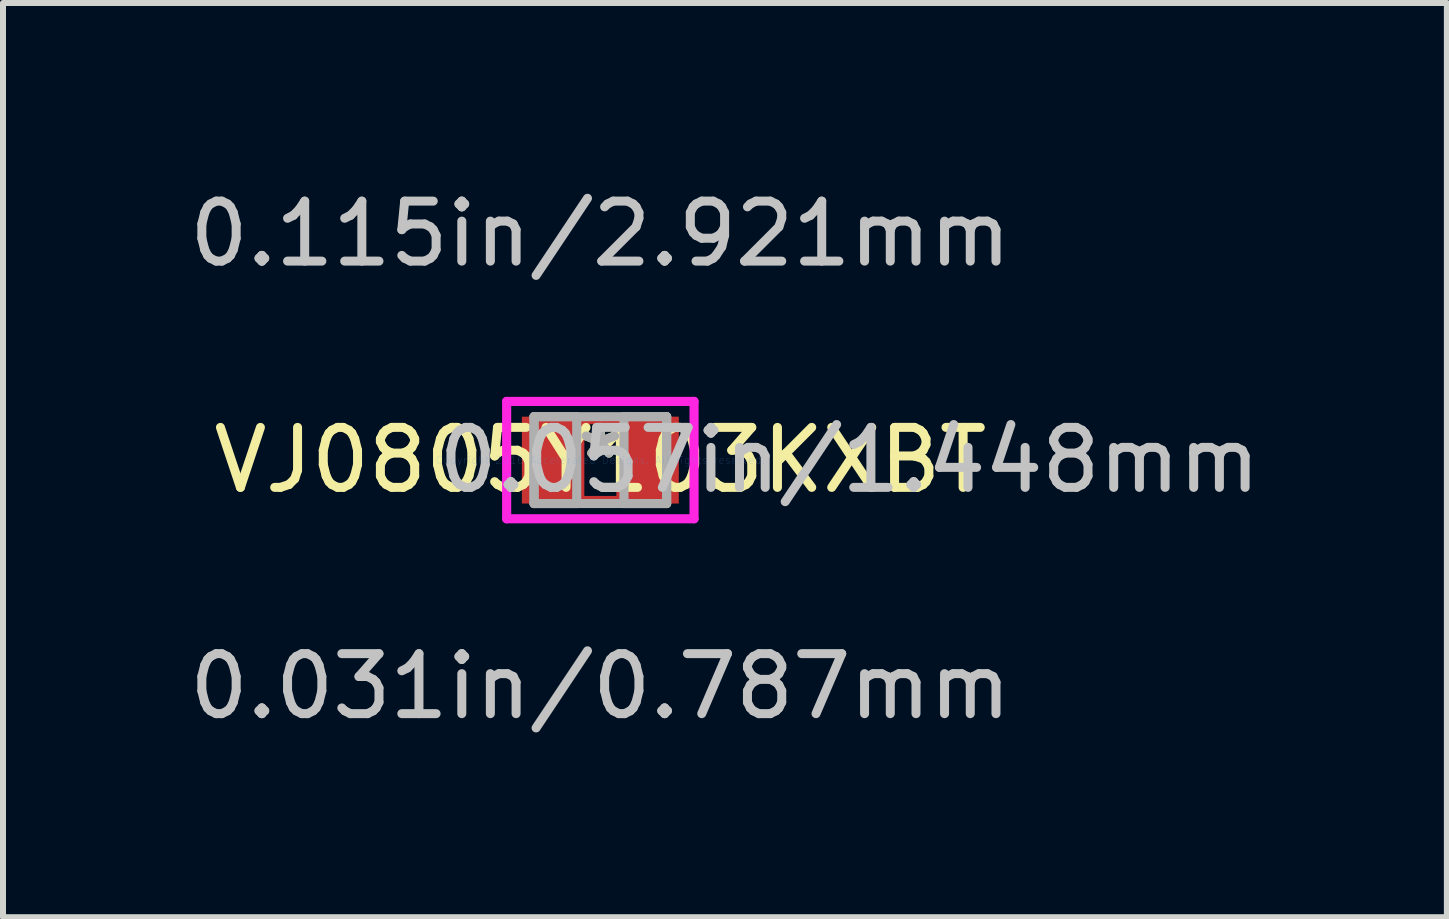
<source format=kicad_pcb>
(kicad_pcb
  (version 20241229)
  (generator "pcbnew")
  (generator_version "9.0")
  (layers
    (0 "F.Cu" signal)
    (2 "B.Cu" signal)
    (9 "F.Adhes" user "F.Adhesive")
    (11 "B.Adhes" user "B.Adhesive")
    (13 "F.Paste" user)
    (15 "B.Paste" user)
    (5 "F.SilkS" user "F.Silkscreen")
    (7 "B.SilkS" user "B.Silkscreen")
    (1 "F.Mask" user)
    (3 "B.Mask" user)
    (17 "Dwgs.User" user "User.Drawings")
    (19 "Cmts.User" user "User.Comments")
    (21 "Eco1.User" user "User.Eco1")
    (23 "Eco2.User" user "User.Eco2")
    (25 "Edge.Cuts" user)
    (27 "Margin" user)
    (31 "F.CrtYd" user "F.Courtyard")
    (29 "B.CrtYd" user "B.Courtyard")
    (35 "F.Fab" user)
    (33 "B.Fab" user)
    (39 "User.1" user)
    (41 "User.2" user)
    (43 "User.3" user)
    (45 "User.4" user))
  (footprint "VJ0805Y103KXBT"
    (layer "F.Cu")
    (at 6.958 4.62)
    (property "Reference" "VJ0805Y103KXBT" (at 0 0 0) (layer "F.SilkS") (effects (font (size 1 1) (thickness 0.15))))
    (attr through_hole)
    (fp_line (start -0.343 -0.673) (end 0.343 -0.673) (stroke (width 0.152) (type solid)) (layer "F.Cu"))
    (fp_line (start -0.343 0.673) (end -0.343 -0.673) (stroke (width 0.152) (type solid)) (layer "F.Cu"))
    (fp_line (start 0.343 -0.673) (end 0.343 0.673) (stroke (width 0.152) (type solid)) (layer "F.Cu"))
    (fp_line (start 0.343 0.673) (end -0.343 0.673) (stroke (width 0.152) (type solid)) (layer "F.Cu"))
    (fp_line (start -1.562 -0.978) (end 1.562 -0.978) (stroke (width 0.152) (type solid)) (layer "F.CrtYd"))
    (fp_line (start -1.562 0.978) (end -1.562 -0.978) (stroke (width 0.152) (type solid)) (layer "F.CrtYd"))
    (fp_line (start 1.562 -0.978) (end 1.562 0.978) (stroke (width 0.152) (type solid)) (layer "F.CrtYd"))
    (fp_line (start 1.562 0.978) (end -1.562 0.978) (stroke (width 0.152) (type solid)) (layer "F.CrtYd"))
    (fp_line (start -1.105 -0.724) (end -1.105 0.724) (stroke (width 0.152) (type solid)) (layer "F.Fab"))
    (fp_line (start -1.105 -0.724) (end -1.105 0.724) (stroke (width 0.152) (type solid)) (layer "F.Fab"))
    (fp_line (start -1.105 0.724) (end -0.394 0.724) (stroke (width 0.152) (type solid)) (layer "F.Fab"))
    (fp_line (start -1.105 0.724) (end 1.105 0.724) (stroke (width 0.152) (type solid)) (layer "F.Fab"))
    (fp_line (start -0.394 -0.724) (end -1.105 -0.724) (stroke (width 0.152) (type solid)) (layer "F.Fab"))
    (fp_line (start -0.394 0.724) (end -0.394 -0.724) (stroke (width 0.152) (type solid)) (layer "F.Fab"))
    (fp_line (start 0.394 -0.724) (end 0.394 0.724) (stroke (width 0.152) (type solid)) (layer "F.Fab"))
    (fp_line (start 0.394 0.724) (end 1.105 0.724) (stroke (width 0.152) (type solid)) (layer "F.Fab"))
    (fp_line (start 1.105 -0.724) (end -1.105 -0.724) (stroke (width 0.152) (type solid)) (layer "F.Fab"))
    (fp_line (start 1.105 -0.724) (end 0.394 -0.724) (stroke (width 0.152) (type solid)) (layer "F.Fab"))
    (fp_line (start 1.105 0.724) (end 1.105 -0.724) (stroke (width 0.152) (type solid)) (layer "F.Fab"))
    (fp_line (start 1.105 0.724) (end 1.105 -0.724) (stroke (width 0.152) (type solid)) (layer "F.Fab"))
    (fp_text user "*" (at 0 0 0) (layer "F.SilkS") (effects (font (size 1 1) (thickness 0.15))))
    (fp_text user "0.031in/0.787mm" (at 0 3.772 0) (layer "Dwgs.User") (effects (font (size 1 1) (thickness 0.15))))
    (fp_text user "0.057in/1.448mm" (at 4.153 0 0) (layer "Dwgs.User") (effects (font (size 1 1) (thickness 0.15))))
    (fp_text user "0.115in/2.921mm" (at 0 -3.772 0) (layer "Dwgs.User") (effects (font (size 1 1) (thickness 0.15))))
    (fp_text user "Copyright 2016 Accelerated Designs. All rights reserved." (at 0 0 0) (layer "Cmts.User") (effects (font (size 0.127 0.127) (thickness 0.002))))
    (fp_text user "*" (at 0 0 0) (layer "F.Fab") (effects (font (size 1 1) (thickness 0.15))))
    (pad "1" smd rect (at -0.851 0) (size 0.914 1.448) (layers "F.Cu" "F.Mask" "F.Paste"))
    (pad "2" smd rect (at 0.851 0) (size 0.914 1.448) (layers "F.Cu" "F.Mask" "F.Paste")))
  (gr_rect
    (start -3 -3)
    (end 21.07 12.24)
    (stroke (width 0.1) (type default))
    (fill no)
    (layer "Edge.Cuts")))
</source>
